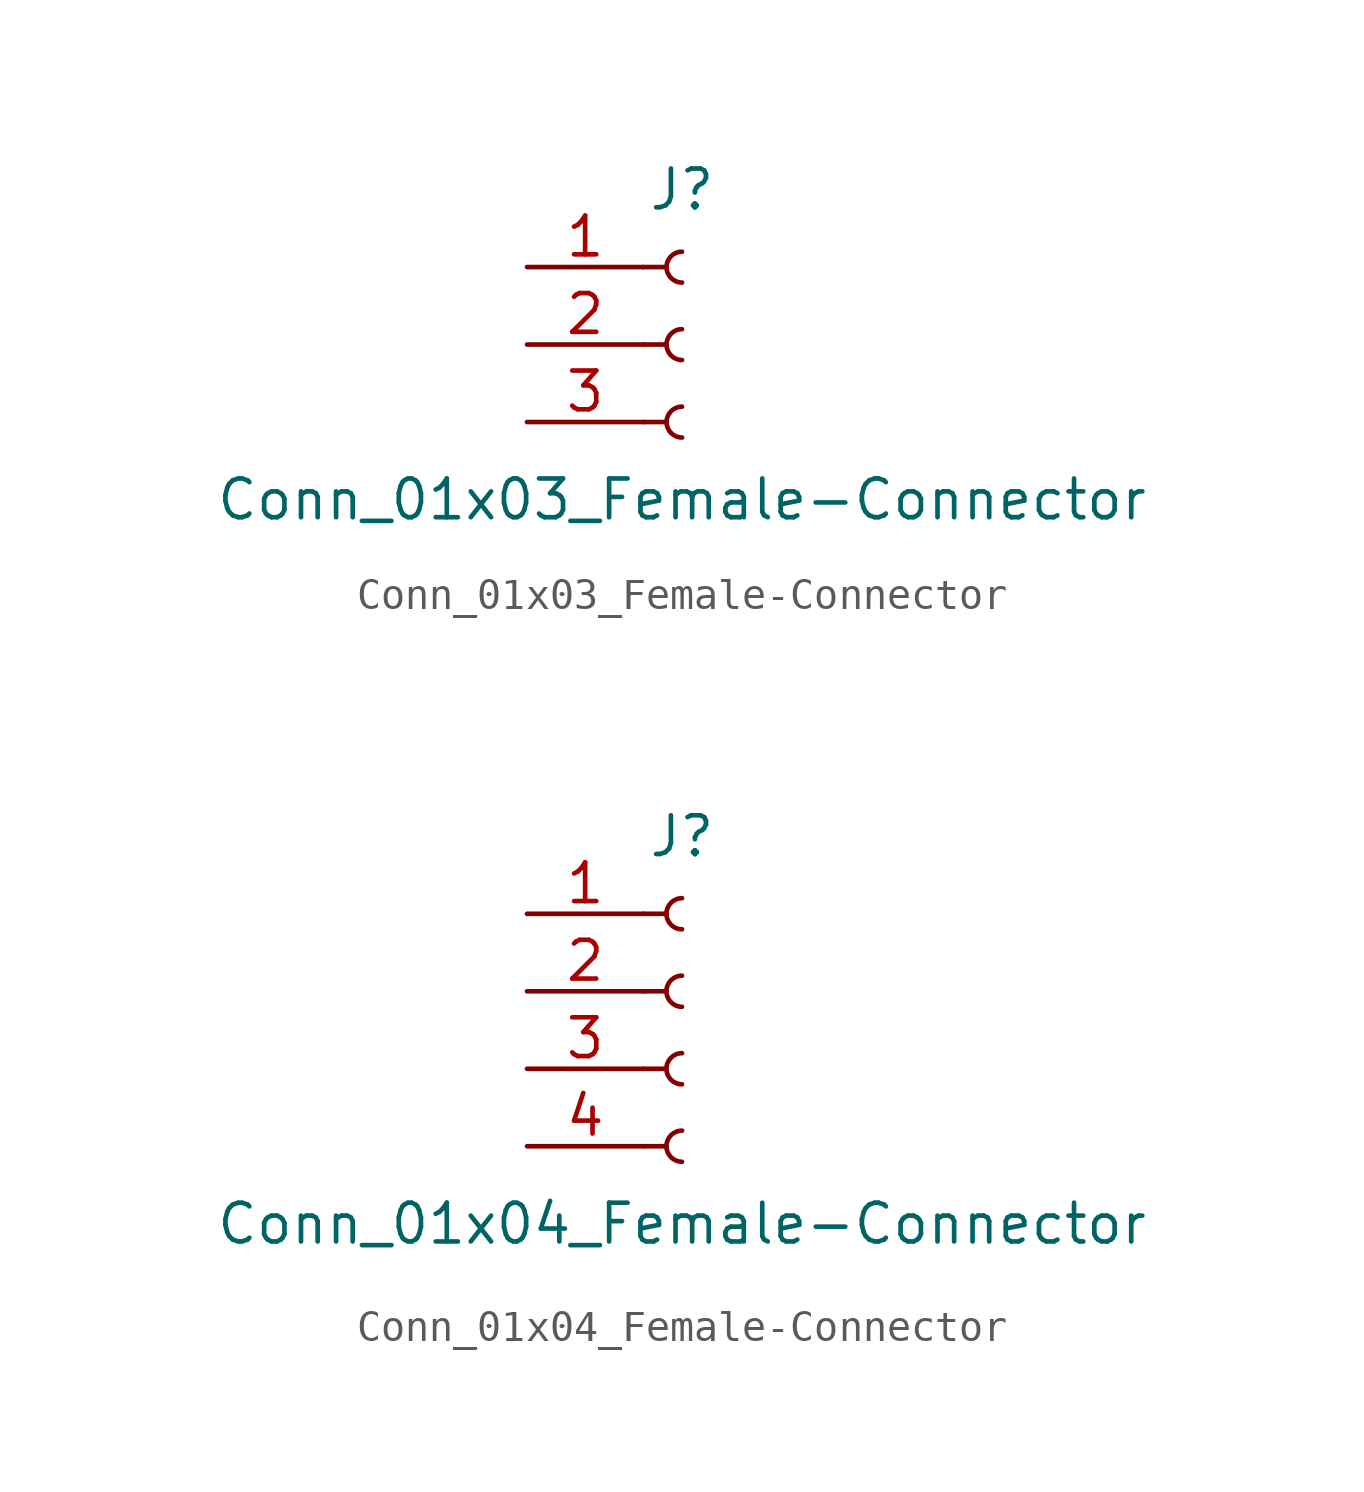
<source format=kicad_sym>
(kicad_symbol_lib
  (version 20231120)
  (generator "kicad_symbol_editor")
  (generator_version "8.0")
  (symbol "Conn_01x03_Female-Connector"
    (pin_names
      (offset 1.016) hide)
    (property "Reference" "J"
      (at 0 5.08 0)
      (effects (font (size 1.27 1.27))))
    (property "Value" "Conn_01x03_Female-Connector"
      (at 0 -5.08 0)
      (effects (font (size 1.27 1.27))))
    (symbol "Conn_01x03_Female-Connector_1_1"
      (arc (start 0 -2.032) (mid -0.508 -2.54) (end 0 -3.048) (stroke (width 0.1524) (type solid)) (fill (type none)))
      (polyline (pts (xy -1.27 -2.54) (xy -0.508 -2.54)) (stroke (width 0.152) (type solid)) (fill (type none)))
      (polyline (pts (xy -1.27 0) (xy -0.508 0)) (stroke (width 0.152) (type solid)) (fill (type none)))
      (polyline (pts (xy -1.27 2.54) (xy -0.508 2.54)) (stroke (width 0.152) (type solid)) (fill (type none)))
      (arc (start 0 0.508) (mid -0.508 0) (end 0 -0.508) (stroke (width 0.1524) (type solid)) (fill (type none)))
      (arc (start 0 3.048) (mid -0.508 2.54) (end 0 2.032) (stroke (width 0.1524) (type solid)) (fill (type none)))
      (pin passive line (at -5.08 2.54 0) (length 3.81) (name "Pin_1" (effects (font (size 1.27 1.27)))) (number "1" (effects (font (size 1.27 1.27)))))
      (pin passive line (at -5.08 0 0) (length 3.81) (name "Pin_2" (effects (font (size 1.27 1.27)))) (number "2" (effects (font (size 1.27 1.27)))))
      (pin passive line (at -5.08 -2.54 0) (length 3.81) (name "Pin_3" (effects (font (size 1.27 1.27)))) (number "3" (effects (font (size 1.27 1.27)))))))
  (symbol "Conn_01x04_Female-Connector"
    (pin_names
      (offset 1.016) hide)
    (property "Reference" "J"
      (at 0 5.08 0)
      (effects (font (size 1.27 1.27))))
    (property "Value" "Conn_01x04_Female-Connector"
      (at 0 -7.62 0)
      (effects (font (size 1.27 1.27))))
    (symbol "Conn_01x04_Female-Connector_1_1"
      (arc (start 0 -4.572) (mid -0.508 -5.08) (end 0 -5.588) (stroke (width 0.1524) (type solid)) (fill (type none)))
      (arc (start 0 -2.032) (mid -0.508 -2.54) (end 0 -3.048) (stroke (width 0.1524) (type solid)) (fill (type none)))
      (polyline (pts (xy -1.27 -5.08) (xy -0.508 -5.08)) (stroke (width 0.152) (type solid)) (fill (type none)))
      (polyline (pts (xy -1.27 -2.54) (xy -0.508 -2.54)) (stroke (width 0.152) (type solid)) (fill (type none)))
      (polyline (pts (xy -1.27 0) (xy -0.508 0)) (stroke (width 0.152) (type solid)) (fill (type none)))
      (polyline (pts (xy -1.27 2.54) (xy -0.508 2.54)) (stroke (width 0.152) (type solid)) (fill (type none)))
      (arc (start 0 0.508) (mid -0.508 0) (end 0 -0.508) (stroke (width 0.1524) (type solid)) (fill (type none)))
      (arc (start 0 3.048) (mid -0.508 2.54) (end 0 2.032) (stroke (width 0.1524) (type solid)) (fill (type none)))
      (pin passive line (at -5.08 2.54 0) (length 3.81) (name "Pin_1" (effects (font (size 1.27 1.27)))) (number "1" (effects (font (size 1.27 1.27)))))
      (pin passive line (at -5.08 0 0) (length 3.81) (name "Pin_2" (effects (font (size 1.27 1.27)))) (number "2" (effects (font (size 1.27 1.27)))))
      (pin passive line (at -5.08 -2.54 0) (length 3.81) (name "Pin_3" (effects (font (size 1.27 1.27)))) (number "3" (effects (font (size 1.27 1.27)))))
      (pin passive line (at -5.08 -5.08 0) (length 3.81) (name "Pin_4" (effects (font (size 1.27 1.27)))) (number "4" (effects (font (size 1.27 1.27))))))))
</source>
